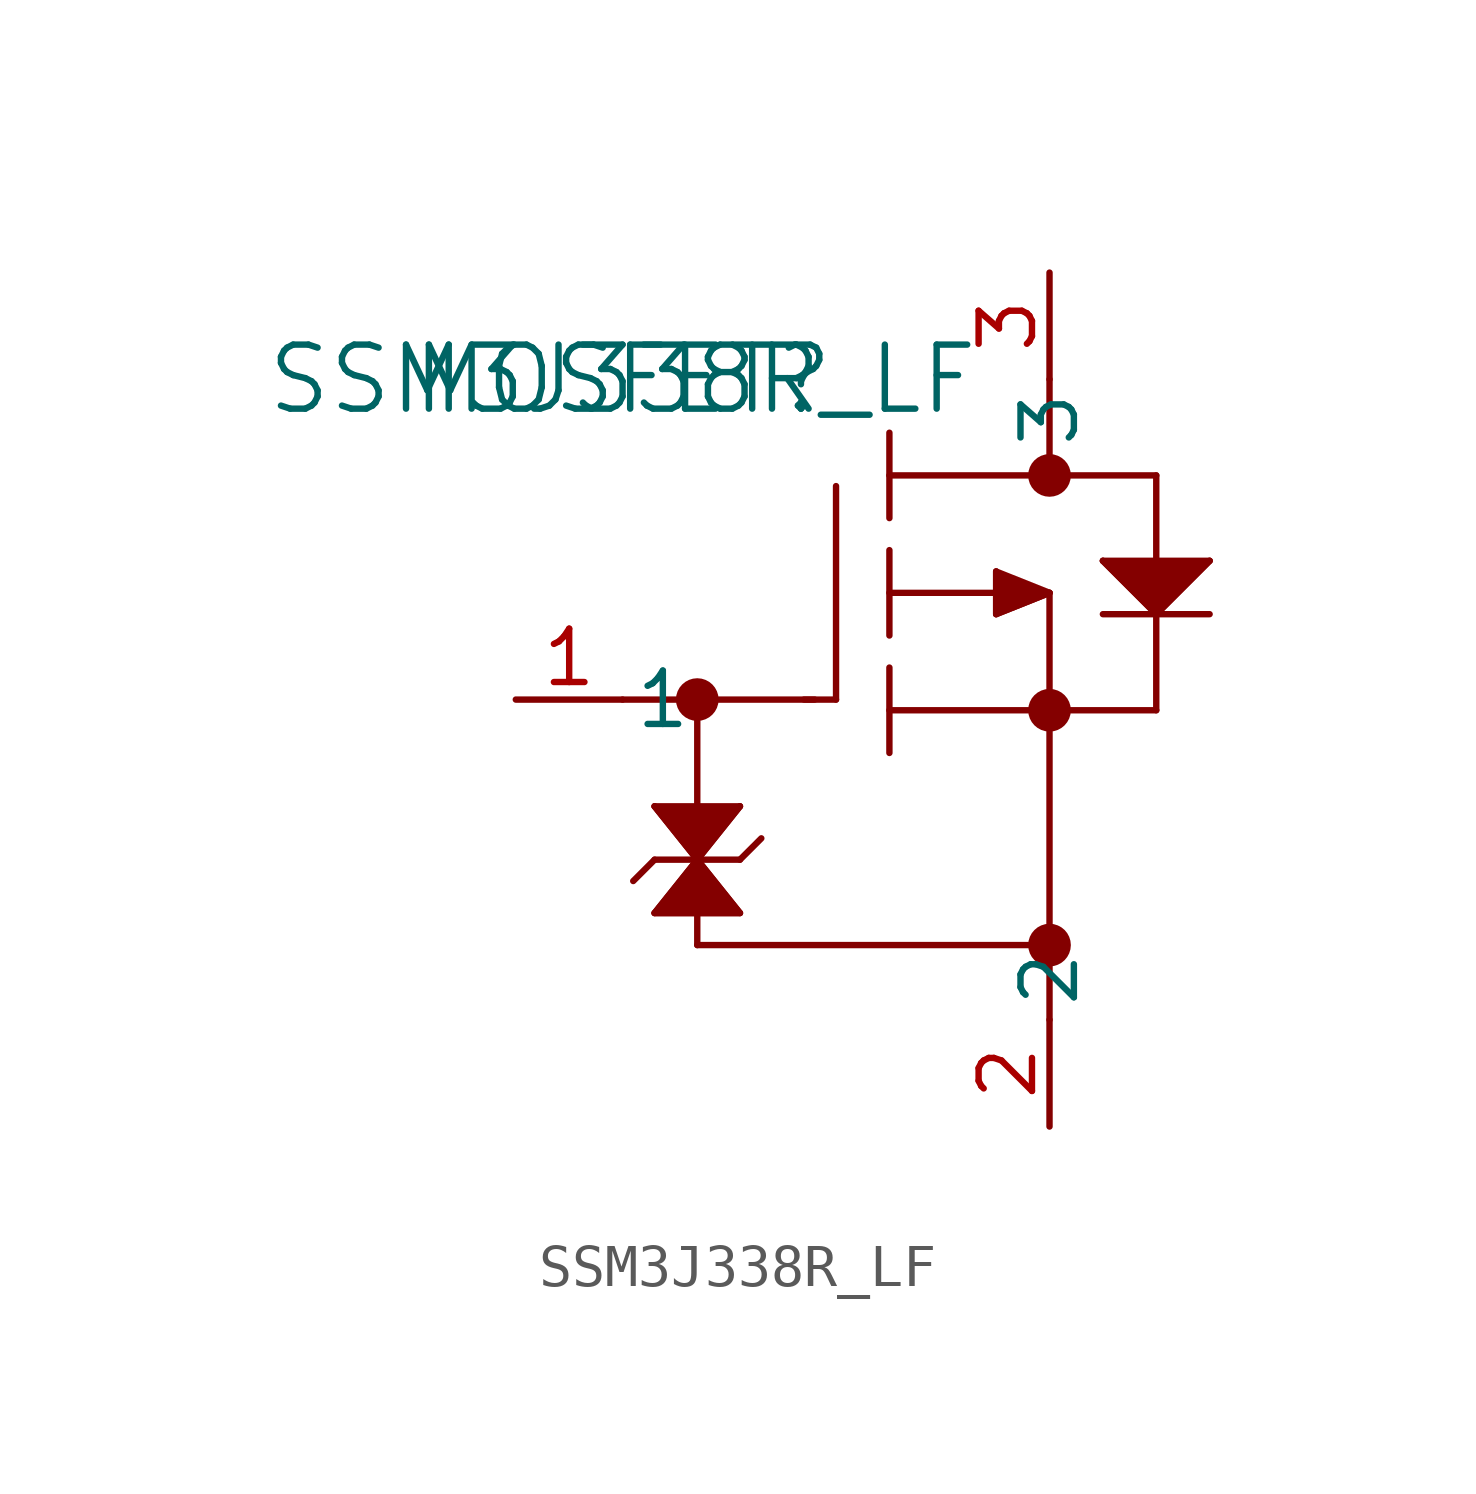
<source format=kicad_sym>
(kicad_symbol_lib
  (version 20220914)
  (generator kicad_symbol_editor)
  (symbol "SSM3J338R_LF"
    (pin_names
      (offset 0.254))
    (property "Reference" "MOSFET"
      (at 0 0 0)
      (effects (font (size 1.524 1.524))))
    (property "Value" "SSM3J338R_LF"
      (at 0 0 0)
      (effects (font (size 1.524 1.524))))
    (symbol "SSM3J338R_LF_0_1"
      (polyline (pts (xy 0 -7.62) (xy 4.572 -7.62)) (stroke (width 0.152) (type default)) (fill (type none)))
      (polyline (pts (xy 0.762 -12.7) (xy 2.794 -12.7)) (stroke (width 0.152) (type default)) (fill (type none)))
      (polyline (pts (xy 0.762 -11.43) (xy 0.254 -11.938)) (stroke (width 0.152) (type default)) (fill (type none)))
      (polyline (pts (xy 0.762 -11.43) (xy 2.794 -11.43)) (stroke (width 0.152) (type default)) (fill (type none)))
      (polyline (pts (xy 0.762 -10.16) (xy 1.778 -11.43)) (stroke (width 0.152) (type default)) (fill (type none)))
      (polyline (pts (xy 0.762 -10.16) (xy 2.794 -10.16)) (stroke (width 0.152) (type default)) (fill (type none)))
      (polyline (pts (xy 1.778 -13.462) (xy 10.16 -13.462)) (stroke (width 0.152) (type default)) (fill (type none)))
      (polyline (pts (xy 1.778 -12.7) (xy 1.778 -13.462)) (stroke (width 0.152) (type default)) (fill (type none)))
      (polyline (pts (xy 1.778 -11.43) (xy 0.762 -12.7)) (stroke (width 0.152) (type default)) (fill (type none)))
      (polyline (pts (xy 1.778 -7.62) (xy 1.778 -10.16)) (stroke (width 0.152) (type default)) (fill (type none)))
      (polyline (pts (xy 2.794 -12.7) (xy 1.778 -11.43)) (stroke (width 0.152) (type default)) (fill (type none)))
      (polyline (pts (xy 2.794 -11.43) (xy 3.302 -10.922)) (stroke (width 0.152) (type default)) (fill (type none)))
      (polyline (pts (xy 2.794 -10.16) (xy 1.778 -11.43)) (stroke (width 0.152) (type default)) (fill (type none)))
      (polyline (pts (xy 5.08 -7.62) (xy 4.318 -7.62)) (stroke (width 0.152) (type default)) (fill (type none)))
      (polyline (pts (xy 5.08 -7.62) (xy 5.08 -2.54)) (stroke (width 0.152) (type default)) (fill (type none)))
      (polyline (pts (xy 6.35 -8.89) (xy 6.35 -6.858)) (stroke (width 0.152) (type default)) (fill (type none)))
      (polyline (pts (xy 6.35 -7.874) (xy 12.7 -7.874)) (stroke (width 0.152) (type default)) (fill (type none)))
      (polyline (pts (xy 6.35 -6.096) (xy 6.35 -4.064)) (stroke (width 0.152) (type default)) (fill (type none)))
      (polyline (pts (xy 6.35 -5.08) (xy 8.89 -5.08)) (stroke (width 0.152) (type default)) (fill (type none)))
      (polyline (pts (xy 6.35 -3.302) (xy 6.35 -1.27)) (stroke (width 0.152) (type default)) (fill (type none)))
      (polyline (pts (xy 8.89 -5.588) (xy 10.16 -5.08)) (stroke (width 0.152) (type default)) (fill (type none)))
      (polyline (pts (xy 8.89 -4.572) (xy 8.89 -5.588)) (stroke (width 0.152) (type default)) (fill (type none)))
      (polyline (pts (xy 10.16 -5.08) (xy 8.89 -4.572)) (stroke (width 0.152) (type default)) (fill (type none)))
      (polyline (pts (xy 10.16 -5.08) (xy 10.16 -15.24)) (stroke (width 0.152) (type default)) (fill (type none)))
      (polyline (pts (xy 10.16 0) (xy 10.16 -2.286)) (stroke (width 0.152) (type default)) (fill (type none)))
      (polyline (pts (xy 11.43 -5.588) (xy 13.97 -5.588)) (stroke (width 0.152) (type default)) (fill (type none)))
      (polyline (pts (xy 11.43 -4.318) (xy 13.97 -4.318)) (stroke (width 0.152) (type default)) (fill (type none)))
      (polyline (pts (xy 12.7 -7.874) (xy 12.7 -5.588)) (stroke (width 0.152) (type default)) (fill (type none)))
      (polyline (pts (xy 12.7 -5.588) (xy 11.43 -4.318)) (stroke (width 0.152) (type default)) (fill (type none)))
      (polyline (pts (xy 12.7 -4.318) (xy 12.7 -2.286)) (stroke (width 0.152) (type default)) (fill (type none)))
      (polyline (pts (xy 12.7 -2.286) (xy 6.35 -2.286)) (stroke (width 0.152) (type default)) (fill (type none)))
      (polyline (pts (xy 13.97 -4.318) (xy 12.7 -5.588)) (stroke (width 0.152) (type default)) (fill (type none)))
      (polyline (pts (xy 8.89 -4.572) (xy 8.89 -5.588) (xy 10.16 -5.08)) (stroke (width 0) (type default)) (fill (type outline)))
      (polyline (pts (xy 11.43 -4.318) (xy 12.7 -5.588) (xy 13.97 -4.318)) (stroke (width 0) (type default)) (fill (type outline)))
      (polyline (pts (xy 0.762 -10.16) (xy 1.778 -11.43) (xy 0.762 -12.7) (xy 2.794 -12.7) (xy 1.778 -11.43) (xy 2.794 -10.16)) (stroke (width 0) (type default)) (fill (type outline)))
      (circle (center 1.778 -7.62) (radius 0.254) (stroke (width 0.508) (type default)) (fill (type none)))
      (circle (center 10.16 -13.462) (radius 0.254) (stroke (width 0.508) (type default)) (fill (type none)))
      (circle (center 10.16 -7.874) (radius 0.254) (stroke (width 0.508) (type default)) (fill (type none)))
      (circle (center 10.16 -2.286) (radius 0.254) (stroke (width 0.508) (type default)) (fill (type none))))
    (symbol "SSM3J338R_LF_1_1"
      (pin passive line (at -2.54 -7.62 0) (length 2.54) (name "1" (effects (font (size 1.27 1.27)))) (number "1" (effects (font (size 1.27 1.27)))))
      (pin passive line (at 10.16 -17.78 90) (length 2.54) (name "2" (effects (font (size 1.27 1.27)))) (number "2" (effects (font (size 1.27 1.27)))))
      (pin passive line (at 10.16 2.54 270) (length 2.54) (name "3" (effects (font (size 1.27 1.27)))) (number "3" (effects (font (size 1.27 1.27))))))))
</source>
